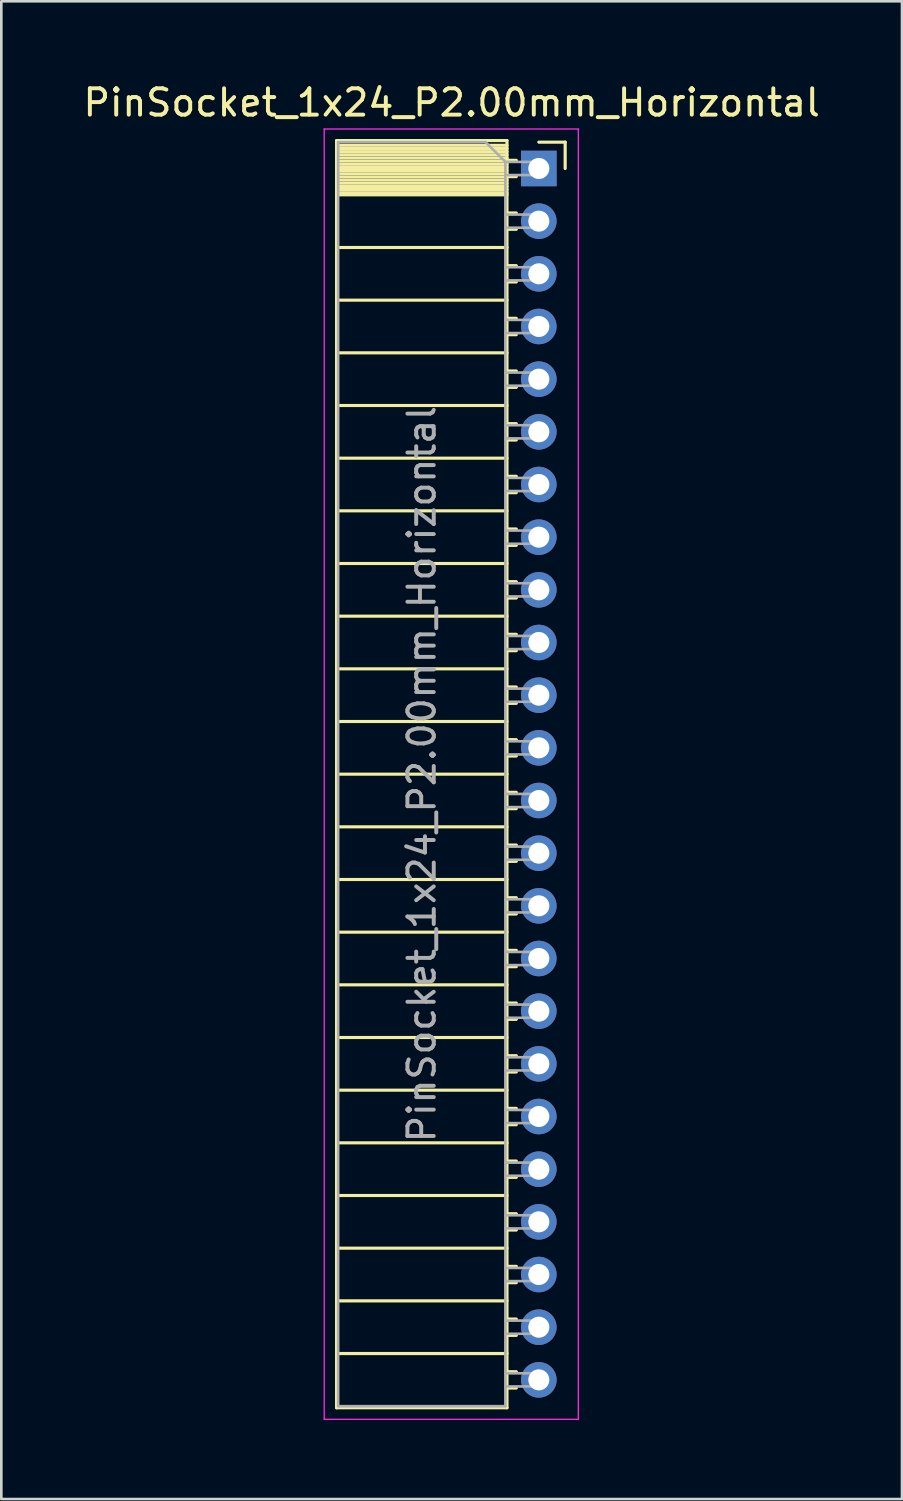
<source format=kicad_pcb>
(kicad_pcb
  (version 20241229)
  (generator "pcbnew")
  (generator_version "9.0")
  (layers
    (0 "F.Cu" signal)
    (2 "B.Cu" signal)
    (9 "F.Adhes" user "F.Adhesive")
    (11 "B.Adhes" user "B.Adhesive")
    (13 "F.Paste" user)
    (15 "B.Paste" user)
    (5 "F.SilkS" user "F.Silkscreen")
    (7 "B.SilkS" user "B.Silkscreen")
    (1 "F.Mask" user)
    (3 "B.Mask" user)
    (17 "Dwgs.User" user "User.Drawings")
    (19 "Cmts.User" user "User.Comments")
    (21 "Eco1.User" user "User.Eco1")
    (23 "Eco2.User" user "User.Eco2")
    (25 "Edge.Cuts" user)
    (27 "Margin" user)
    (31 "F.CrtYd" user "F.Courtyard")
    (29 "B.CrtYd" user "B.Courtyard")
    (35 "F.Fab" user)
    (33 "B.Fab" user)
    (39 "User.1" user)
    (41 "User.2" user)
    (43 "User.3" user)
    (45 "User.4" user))
  (footprint "PinSocket_1x24_P2.00mm_Horizontal"
    (layer "F.Cu")
    (at 17.411 3.348)
    (property "Reference" "PinSocket_1x24_P2.00mm_Horizontal" (at -3.31 -2.5 0) (layer "F.SilkS") (effects (font (size 1 1) (thickness 0.15))))
    (attr through_hole)
    (fp_line (start -7.68 -1.06) (end -1.21 -1.06) (stroke (width 0.12) (type solid)) (layer "F.SilkS"))
    (fp_line (start -7.68 -0.88) (end -1.21 -0.88) (stroke (width 0.12) (type solid)) (layer "F.SilkS"))
    (fp_line (start -7.68 -0.76) (end -1.21 -0.76) (stroke (width 0.12) (type solid)) (layer "F.SilkS"))
    (fp_line (start -7.68 -0.64) (end -1.21 -0.64) (stroke (width 0.12) (type solid)) (layer "F.SilkS"))
    (fp_line (start -7.68 -0.52) (end -1.21 -0.52) (stroke (width 0.12) (type solid)) (layer "F.SilkS"))
    (fp_line (start -7.68 -0.4) (end -1.21 -0.4) (stroke (width 0.12) (type solid)) (layer "F.SilkS"))
    (fp_line (start -7.68 -0.28) (end -1.21 -0.28) (stroke (width 0.12) (type solid)) (layer "F.SilkS"))
    (fp_line (start -7.68 -0.16) (end -1.21 -0.16) (stroke (width 0.12) (type solid)) (layer "F.SilkS"))
    (fp_line (start -7.68 -0.04) (end -1.21 -0.04) (stroke (width 0.12) (type solid)) (layer "F.SilkS"))
    (fp_line (start -7.68 0.08) (end -1.21 0.08) (stroke (width 0.12) (type solid)) (layer "F.SilkS"))
    (fp_line (start -7.68 0.2) (end -1.21 0.2) (stroke (width 0.12) (type solid)) (layer "F.SilkS"))
    (fp_line (start -7.68 0.32) (end -1.21 0.32) (stroke (width 0.12) (type solid)) (layer "F.SilkS"))
    (fp_line (start -7.68 0.44) (end -1.21 0.44) (stroke (width 0.12) (type solid)) (layer "F.SilkS"))
    (fp_line (start -7.68 0.56) (end -1.21 0.56) (stroke (width 0.12) (type solid)) (layer "F.SilkS"))
    (fp_line (start -7.68 0.68) (end -1.21 0.68) (stroke (width 0.12) (type solid)) (layer "F.SilkS"))
    (fp_line (start -7.68 0.8) (end -1.21 0.8) (stroke (width 0.12) (type solid)) (layer "F.SilkS"))
    (fp_line (start -7.68 0.92) (end -1.21 0.92) (stroke (width 0.12) (type solid)) (layer "F.SilkS"))
    (fp_line (start -7.68 1) (end -1.21 1) (stroke (width 0.12) (type solid)) (layer "F.SilkS"))
    (fp_line (start -7.68 3) (end -1.21 3) (stroke (width 0.12) (type solid)) (layer "F.SilkS"))
    (fp_line (start -7.68 5) (end -1.21 5) (stroke (width 0.12) (type solid)) (layer "F.SilkS"))
    (fp_line (start -7.68 7) (end -1.21 7) (stroke (width 0.12) (type solid)) (layer "F.SilkS"))
    (fp_line (start -7.68 9) (end -1.21 9) (stroke (width 0.12) (type solid)) (layer "F.SilkS"))
    (fp_line (start -7.68 11) (end -1.21 11) (stroke (width 0.12) (type solid)) (layer "F.SilkS"))
    (fp_line (start -7.68 13) (end -1.21 13) (stroke (width 0.12) (type solid)) (layer "F.SilkS"))
    (fp_line (start -7.68 15) (end -1.21 15) (stroke (width 0.12) (type solid)) (layer "F.SilkS"))
    (fp_line (start -7.68 17) (end -1.21 17) (stroke (width 0.12) (type solid)) (layer "F.SilkS"))
    (fp_line (start -7.68 19) (end -1.21 19) (stroke (width 0.12) (type solid)) (layer "F.SilkS"))
    (fp_line (start -7.68 21) (end -1.21 21) (stroke (width 0.12) (type solid)) (layer "F.SilkS"))
    (fp_line (start -7.68 23) (end -1.21 23) (stroke (width 0.12) (type solid)) (layer "F.SilkS"))
    (fp_line (start -7.68 25) (end -1.21 25) (stroke (width 0.12) (type solid)) (layer "F.SilkS"))
    (fp_line (start -7.68 27) (end -1.21 27) (stroke (width 0.12) (type solid)) (layer "F.SilkS"))
    (fp_line (start -7.68 29) (end -1.21 29) (stroke (width 0.12) (type solid)) (layer "F.SilkS"))
    (fp_line (start -7.68 31) (end -1.21 31) (stroke (width 0.12) (type solid)) (layer "F.SilkS"))
    (fp_line (start -7.68 33) (end -1.21 33) (stroke (width 0.12) (type solid)) (layer "F.SilkS"))
    (fp_line (start -7.68 35) (end -1.21 35) (stroke (width 0.12) (type solid)) (layer "F.SilkS"))
    (fp_line (start -7.68 37) (end -1.21 37) (stroke (width 0.12) (type solid)) (layer "F.SilkS"))
    (fp_line (start -7.68 39) (end -1.21 39) (stroke (width 0.12) (type solid)) (layer "F.SilkS"))
    (fp_line (start -7.68 41) (end -1.21 41) (stroke (width 0.12) (type solid)) (layer "F.SilkS"))
    (fp_line (start -7.68 43) (end -1.21 43) (stroke (width 0.12) (type solid)) (layer "F.SilkS"))
    (fp_line (start -7.68 45) (end -1.21 45) (stroke (width 0.12) (type solid)) (layer "F.SilkS"))
    (fp_line (start -7.68 47.06) (end -7.68 -1.06) (stroke (width 0.12) (type solid)) (layer "F.SilkS"))
    (fp_line (start -1.21 -1.06) (end -1.21 47.06) (stroke (width 0.12) (type solid)) (layer "F.SilkS"))
    (fp_line (start -1.21 -0.31) (end -0.855 -0.31) (stroke (width 0.12) (type solid)) (layer "F.SilkS"))
    (fp_line (start -1.21 1.69) (end -0.855 1.69) (stroke (width 0.12) (type solid)) (layer "F.SilkS"))
    (fp_line (start -1.21 3.69) (end -0.855 3.69) (stroke (width 0.12) (type solid)) (layer "F.SilkS"))
    (fp_line (start -1.21 5.69) (end -0.855 5.69) (stroke (width 0.12) (type solid)) (layer "F.SilkS"))
    (fp_line (start -1.21 7.69) (end -0.855 7.69) (stroke (width 0.12) (type solid)) (layer "F.SilkS"))
    (fp_line (start -1.21 9.69) (end -0.855 9.69) (stroke (width 0.12) (type solid)) (layer "F.SilkS"))
    (fp_line (start -1.21 11.69) (end -0.855 11.69) (stroke (width 0.12) (type solid)) (layer "F.SilkS"))
    (fp_line (start -1.21 13.69) (end -0.855 13.69) (stroke (width 0.12) (type solid)) (layer "F.SilkS"))
    (fp_line (start -1.21 15.69) (end -0.855 15.69) (stroke (width 0.12) (type solid)) (layer "F.SilkS"))
    (fp_line (start -1.21 17.69) (end -0.855 17.69) (stroke (width 0.12) (type solid)) (layer "F.SilkS"))
    (fp_line (start -1.21 19.69) (end -0.855 19.69) (stroke (width 0.12) (type solid)) (layer "F.SilkS"))
    (fp_line (start -1.21 21.69) (end -0.855 21.69) (stroke (width 0.12) (type solid)) (layer "F.SilkS"))
    (fp_line (start -1.21 23.69) (end -0.855 23.69) (stroke (width 0.12) (type solid)) (layer "F.SilkS"))
    (fp_line (start -1.21 25.69) (end -0.855 25.69) (stroke (width 0.12) (type solid)) (layer "F.SilkS"))
    (fp_line (start -1.21 27.69) (end -0.855 27.69) (stroke (width 0.12) (type solid)) (layer "F.SilkS"))
    (fp_line (start -1.21 29.69) (end -0.855 29.69) (stroke (width 0.12) (type solid)) (layer "F.SilkS"))
    (fp_line (start -1.21 31.69) (end -0.855 31.69) (stroke (width 0.12) (type solid)) (layer "F.SilkS"))
    (fp_line (start -1.21 33.69) (end -0.855 33.69) (stroke (width 0.12) (type solid)) (layer "F.SilkS"))
    (fp_line (start -1.21 35.69) (end -0.855 35.69) (stroke (width 0.12) (type solid)) (layer "F.SilkS"))
    (fp_line (start -1.21 37.69) (end -0.855 37.69) (stroke (width 0.12) (type solid)) (layer "F.SilkS"))
    (fp_line (start -1.21 39.69) (end -0.855 39.69) (stroke (width 0.12) (type solid)) (layer "F.SilkS"))
    (fp_line (start -1.21 41.69) (end -0.855 41.69) (stroke (width 0.12) (type solid)) (layer "F.SilkS"))
    (fp_line (start -1.21 43.69) (end -0.855 43.69) (stroke (width 0.12) (type solid)) (layer "F.SilkS"))
    (fp_line (start -1.21 45.69) (end -0.855 45.69) (stroke (width 0.12) (type solid)) (layer "F.SilkS"))
    (fp_line (start -1.21 47.06) (end -7.68 47.06) (stroke (width 0.12) (type solid)) (layer "F.SilkS"))
    (fp_line (start -0.855 0.31) (end -1.21 0.31) (stroke (width 0.12) (type solid)) (layer "F.SilkS"))
    (fp_line (start -0.855 2.31) (end -1.21 2.31) (stroke (width 0.12) (type solid)) (layer "F.SilkS"))
    (fp_line (start -0.855 4.31) (end -1.21 4.31) (stroke (width 0.12) (type solid)) (layer "F.SilkS"))
    (fp_line (start -0.855 6.31) (end -1.21 6.31) (stroke (width 0.12) (type solid)) (layer "F.SilkS"))
    (fp_line (start -0.855 8.31) (end -1.21 8.31) (stroke (width 0.12) (type solid)) (layer "F.SilkS"))
    (fp_line (start -0.855 10.31) (end -1.21 10.31) (stroke (width 0.12) (type solid)) (layer "F.SilkS"))
    (fp_line (start -0.855 12.31) (end -1.21 12.31) (stroke (width 0.12) (type solid)) (layer "F.SilkS"))
    (fp_line (start -0.855 14.31) (end -1.21 14.31) (stroke (width 0.12) (type solid)) (layer "F.SilkS"))
    (fp_line (start -0.855 16.31) (end -1.21 16.31) (stroke (width 0.12) (type solid)) (layer "F.SilkS"))
    (fp_line (start -0.855 18.31) (end -1.21 18.31) (stroke (width 0.12) (type solid)) (layer "F.SilkS"))
    (fp_line (start -0.855 20.31) (end -1.21 20.31) (stroke (width 0.12) (type solid)) (layer "F.SilkS"))
    (fp_line (start -0.855 22.31) (end -1.21 22.31) (stroke (width 0.12) (type solid)) (layer "F.SilkS"))
    (fp_line (start -0.855 24.31) (end -1.21 24.31) (stroke (width 0.12) (type solid)) (layer "F.SilkS"))
    (fp_line (start -0.855 26.31) (end -1.21 26.31) (stroke (width 0.12) (type solid)) (layer "F.SilkS"))
    (fp_line (start -0.855 28.31) (end -1.21 28.31) (stroke (width 0.12) (type solid)) (layer "F.SilkS"))
    (fp_line (start -0.855 30.31) (end -1.21 30.31) (stroke (width 0.12) (type solid)) (layer "F.SilkS"))
    (fp_line (start -0.855 32.31) (end -1.21 32.31) (stroke (width 0.12) (type solid)) (layer "F.SilkS"))
    (fp_line (start -0.855 34.31) (end -1.21 34.31) (stroke (width 0.12) (type solid)) (layer "F.SilkS"))
    (fp_line (start -0.855 36.31) (end -1.21 36.31) (stroke (width 0.12) (type solid)) (layer "F.SilkS"))
    (fp_line (start -0.855 38.31) (end -1.21 38.31) (stroke (width 0.12) (type solid)) (layer "F.SilkS"))
    (fp_line (start -0.855 40.31) (end -1.21 40.31) (stroke (width 0.12) (type solid)) (layer "F.SilkS"))
    (fp_line (start -0.855 42.31) (end -1.21 42.31) (stroke (width 0.12) (type solid)) (layer "F.SilkS"))
    (fp_line (start -0.855 44.31) (end -1.21 44.31) (stroke (width 0.12) (type solid)) (layer "F.SilkS"))
    (fp_line (start -0.855 46.31) (end -1.21 46.31) (stroke (width 0.12) (type solid)) (layer "F.SilkS"))
    (fp_line (start 0 -1) (end 1 -1) (stroke (width 0.12) (type solid)) (layer "F.SilkS"))
    (fp_line (start 1 -1) (end 1 0) (stroke (width 0.12) (type solid)) (layer "F.SilkS"))
    (fp_line (start -8.15 -1.5) (end -8.15 47.5) (stroke (width 0.05) (type solid)) (layer "F.CrtYd"))
    (fp_line (start -8.15 47.5) (end 1.5 47.5) (stroke (width 0.05) (type solid)) (layer "F.CrtYd"))
    (fp_line (start 1.5 -1.5) (end -8.15 -1.5) (stroke (width 0.05) (type solid)) (layer "F.CrtYd"))
    (fp_line (start 1.5 47.5) (end 1.5 -1.5) (stroke (width 0.05) (type solid)) (layer "F.CrtYd"))
    (fp_line (start -7.62 -1) (end -2.02 -1) (stroke (width 0.1) (type solid)) (layer "F.Fab"))
    (fp_line (start -7.62 47) (end -7.62 -1) (stroke (width 0.1) (type solid)) (layer "F.Fab"))
    (fp_line (start -2.02 -1) (end -1.27 -0.25) (stroke (width 0.1) (type solid)) (layer "F.Fab"))
    (fp_line (start -1.27 -0.25) (end -1.27 47) (stroke (width 0.1) (type solid)) (layer "F.Fab"))
    (fp_line (start -1.27 0.25) (end 0 0.25) (stroke (width 0.1) (type solid)) (layer "F.Fab"))
    (fp_line (start -1.27 2.25) (end 0 2.25) (stroke (width 0.1) (type solid)) (layer "F.Fab"))
    (fp_line (start -1.27 4.25) (end 0 4.25) (stroke (width 0.1) (type solid)) (layer "F.Fab"))
    (fp_line (start -1.27 6.25) (end 0 6.25) (stroke (width 0.1) (type solid)) (layer "F.Fab"))
    (fp_line (start -1.27 8.25) (end 0 8.25) (stroke (width 0.1) (type solid)) (layer "F.Fab"))
    (fp_line (start -1.27 10.25) (end 0 10.25) (stroke (width 0.1) (type solid)) (layer "F.Fab"))
    (fp_line (start -1.27 12.25) (end 0 12.25) (stroke (width 0.1) (type solid)) (layer "F.Fab"))
    (fp_line (start -1.27 14.25) (end 0 14.25) (stroke (width 0.1) (type solid)) (layer "F.Fab"))
    (fp_line (start -1.27 16.25) (end 0 16.25) (stroke (width 0.1) (type solid)) (layer "F.Fab"))
    (fp_line (start -1.27 18.25) (end 0 18.25) (stroke (width 0.1) (type solid)) (layer "F.Fab"))
    (fp_line (start -1.27 20.25) (end 0 20.25) (stroke (width 0.1) (type solid)) (layer "F.Fab"))
    (fp_line (start -1.27 22.25) (end 0 22.25) (stroke (width 0.1) (type solid)) (layer "F.Fab"))
    (fp_line (start -1.27 24.25) (end 0 24.25) (stroke (width 0.1) (type solid)) (layer "F.Fab"))
    (fp_line (start -1.27 26.25) (end 0 26.25) (stroke (width 0.1) (type solid)) (layer "F.Fab"))
    (fp_line (start -1.27 28.25) (end 0 28.25) (stroke (width 0.1) (type solid)) (layer "F.Fab"))
    (fp_line (start -1.27 30.25) (end 0 30.25) (stroke (width 0.1) (type solid)) (layer "F.Fab"))
    (fp_line (start -1.27 32.25) (end 0 32.25) (stroke (width 0.1) (type solid)) (layer "F.Fab"))
    (fp_line (start -1.27 34.25) (end 0 34.25) (stroke (width 0.1) (type solid)) (layer "F.Fab"))
    (fp_line (start -1.27 36.25) (end 0 36.25) (stroke (width 0.1) (type solid)) (layer "F.Fab"))
    (fp_line (start -1.27 38.25) (end 0 38.25) (stroke (width 0.1) (type solid)) (layer "F.Fab"))
    (fp_line (start -1.27 40.25) (end 0 40.25) (stroke (width 0.1) (type solid)) (layer "F.Fab"))
    (fp_line (start -1.27 42.25) (end 0 42.25) (stroke (width 0.1) (type solid)) (layer "F.Fab"))
    (fp_line (start -1.27 44.25) (end 0 44.25) (stroke (width 0.1) (type solid)) (layer "F.Fab"))
    (fp_line (start -1.27 46.25) (end 0 46.25) (stroke (width 0.1) (type solid)) (layer "F.Fab"))
    (fp_line (start -1.27 47) (end -7.62 47) (stroke (width 0.1) (type solid)) (layer "F.Fab"))
    (fp_line (start 0 -0.25) (end -1.27 -0.25) (stroke (width 0.1) (type solid)) (layer "F.Fab"))
    (fp_line (start 0 0.25) (end 0 -0.25) (stroke (width 0.1) (type solid)) (layer "F.Fab"))
    (fp_line (start 0 1.75) (end -1.27 1.75) (stroke (width 0.1) (type solid)) (layer "F.Fab"))
    (fp_line (start 0 2.25) (end 0 1.75) (stroke (width 0.1) (type solid)) (layer "F.Fab"))
    (fp_line (start 0 3.75) (end -1.27 3.75) (stroke (width 0.1) (type solid)) (layer "F.Fab"))
    (fp_line (start 0 4.25) (end 0 3.75) (stroke (width 0.1) (type solid)) (layer "F.Fab"))
    (fp_line (start 0 5.75) (end -1.27 5.75) (stroke (width 0.1) (type solid)) (layer "F.Fab"))
    (fp_line (start 0 6.25) (end 0 5.75) (stroke (width 0.1) (type solid)) (layer "F.Fab"))
    (fp_line (start 0 7.75) (end -1.27 7.75) (stroke (width 0.1) (type solid)) (layer "F.Fab"))
    (fp_line (start 0 8.25) (end 0 7.75) (stroke (width 0.1) (type solid)) (layer "F.Fab"))
    (fp_line (start 0 9.75) (end -1.27 9.75) (stroke (width 0.1) (type solid)) (layer "F.Fab"))
    (fp_line (start 0 10.25) (end 0 9.75) (stroke (width 0.1) (type solid)) (layer "F.Fab"))
    (fp_line (start 0 11.75) (end -1.27 11.75) (stroke (width 0.1) (type solid)) (layer "F.Fab"))
    (fp_line (start 0 12.25) (end 0 11.75) (stroke (width 0.1) (type solid)) (layer "F.Fab"))
    (fp_line (start 0 13.75) (end -1.27 13.75) (stroke (width 0.1) (type solid)) (layer "F.Fab"))
    (fp_line (start 0 14.25) (end 0 13.75) (stroke (width 0.1) (type solid)) (layer "F.Fab"))
    (fp_line (start 0 15.75) (end -1.27 15.75) (stroke (width 0.1) (type solid)) (layer "F.Fab"))
    (fp_line (start 0 16.25) (end 0 15.75) (stroke (width 0.1) (type solid)) (layer "F.Fab"))
    (fp_line (start 0 17.75) (end -1.27 17.75) (stroke (width 0.1) (type solid)) (layer "F.Fab"))
    (fp_line (start 0 18.25) (end 0 17.75) (stroke (width 0.1) (type solid)) (layer "F.Fab"))
    (fp_line (start 0 19.75) (end -1.27 19.75) (stroke (width 0.1) (type solid)) (layer "F.Fab"))
    (fp_line (start 0 20.25) (end 0 19.75) (stroke (width 0.1) (type solid)) (layer "F.Fab"))
    (fp_line (start 0 21.75) (end -1.27 21.75) (stroke (width 0.1) (type solid)) (layer "F.Fab"))
    (fp_line (start 0 22.25) (end 0 21.75) (stroke (width 0.1) (type solid)) (layer "F.Fab"))
    (fp_line (start 0 23.75) (end -1.27 23.75) (stroke (width 0.1) (type solid)) (layer "F.Fab"))
    (fp_line (start 0 24.25) (end 0 23.75) (stroke (width 0.1) (type solid)) (layer "F.Fab"))
    (fp_line (start 0 25.75) (end -1.27 25.75) (stroke (width 0.1) (type solid)) (layer "F.Fab"))
    (fp_line (start 0 26.25) (end 0 25.75) (stroke (width 0.1) (type solid)) (layer "F.Fab"))
    (fp_line (start 0 27.75) (end -1.27 27.75) (stroke (width 0.1) (type solid)) (layer "F.Fab"))
    (fp_line (start 0 28.25) (end 0 27.75) (stroke (width 0.1) (type solid)) (layer "F.Fab"))
    (fp_line (start 0 29.75) (end -1.27 29.75) (stroke (width 0.1) (type solid)) (layer "F.Fab"))
    (fp_line (start 0 30.25) (end 0 29.75) (stroke (width 0.1) (type solid)) (layer "F.Fab"))
    (fp_line (start 0 31.75) (end -1.27 31.75) (stroke (width 0.1) (type solid)) (layer "F.Fab"))
    (fp_line (start 0 32.25) (end 0 31.75) (stroke (width 0.1) (type solid)) (layer "F.Fab"))
    (fp_line (start 0 33.75) (end -1.27 33.75) (stroke (width 0.1) (type solid)) (layer "F.Fab"))
    (fp_line (start 0 34.25) (end 0 33.75) (stroke (width 0.1) (type solid)) (layer "F.Fab"))
    (fp_line (start 0 35.75) (end -1.27 35.75) (stroke (width 0.1) (type solid)) (layer "F.Fab"))
    (fp_line (start 0 36.25) (end 0 35.75) (stroke (width 0.1) (type solid)) (layer "F.Fab"))
    (fp_line (start 0 37.75) (end -1.27 37.75) (stroke (width 0.1) (type solid)) (layer "F.Fab"))
    (fp_line (start 0 38.25) (end 0 37.75) (stroke (width 0.1) (type solid)) (layer "F.Fab"))
    (fp_line (start 0 39.75) (end -1.27 39.75) (stroke (width 0.1) (type solid)) (layer "F.Fab"))
    (fp_line (start 0 40.25) (end 0 39.75) (stroke (width 0.1) (type solid)) (layer "F.Fab"))
    (fp_line (start 0 41.75) (end -1.27 41.75) (stroke (width 0.1) (type solid)) (layer "F.Fab"))
    (fp_line (start 0 42.25) (end 0 41.75) (stroke (width 0.1) (type solid)) (layer "F.Fab"))
    (fp_line (start 0 43.75) (end -1.27 43.75) (stroke (width 0.1) (type solid)) (layer "F.Fab"))
    (fp_line (start 0 44.25) (end 0 43.75) (stroke (width 0.1) (type solid)) (layer "F.Fab"))
    (fp_line (start 0 45.75) (end -1.27 45.75) (stroke (width 0.1) (type solid)) (layer "F.Fab"))
    (fp_line (start 0 46.25) (end 0 45.75) (stroke (width 0.1) (type solid)) (layer "F.Fab"))
    (fp_text user "${REFERENCE}" (at -4.445 23 90) (layer "F.Fab") (effects (font (size 1 1) (thickness 0.15))))
    (pad "1" thru_hole rect (at 0 0) (size 1.35 1.35) (drill 0.8) (layers "*.Cu" "*.Mask"))
    (pad "2" thru_hole oval (at 0 2) (size 1.35 1.35) (drill 0.8) (layers "*.Cu" "*.Mask"))
    (pad "3" thru_hole oval (at 0 4) (size 1.35 1.35) (drill 0.8) (layers "*.Cu" "*.Mask"))
    (pad "4" thru_hole oval (at 0 6) (size 1.35 1.35) (drill 0.8) (layers "*.Cu" "*.Mask"))
    (pad "5" thru_hole oval (at 0 8) (size 1.35 1.35) (drill 0.8) (layers "*.Cu" "*.Mask"))
    (pad "6" thru_hole oval (at 0 10) (size 1.35 1.35) (drill 0.8) (layers "*.Cu" "*.Mask"))
    (pad "7" thru_hole oval (at 0 12) (size 1.35 1.35) (drill 0.8) (layers "*.Cu" "*.Mask"))
    (pad "8" thru_hole oval (at 0 14) (size 1.35 1.35) (drill 0.8) (layers "*.Cu" "*.Mask"))
    (pad "9" thru_hole oval (at 0 16) (size 1.35 1.35) (drill 0.8) (layers "*.Cu" "*.Mask"))
    (pad "10" thru_hole oval (at 0 18) (size 1.35 1.35) (drill 0.8) (layers "*.Cu" "*.Mask"))
    (pad "11" thru_hole oval (at 0 20) (size 1.35 1.35) (drill 0.8) (layers "*.Cu" "*.Mask"))
    (pad "12" thru_hole oval (at 0 22) (size 1.35 1.35) (drill 0.8) (layers "*.Cu" "*.Mask"))
    (pad "13" thru_hole oval (at 0 24) (size 1.35 1.35) (drill 0.8) (layers "*.Cu" "*.Mask"))
    (pad "14" thru_hole oval (at 0 26) (size 1.35 1.35) (drill 0.8) (layers "*.Cu" "*.Mask"))
    (pad "15" thru_hole oval (at 0 28) (size 1.35 1.35) (drill 0.8) (layers "*.Cu" "*.Mask"))
    (pad "16" thru_hole oval (at 0 30) (size 1.35 1.35) (drill 0.8) (layers "*.Cu" "*.Mask"))
    (pad "17" thru_hole oval (at 0 32) (size 1.35 1.35) (drill 0.8) (layers "*.Cu" "*.Mask"))
    (pad "18" thru_hole oval (at 0 34) (size 1.35 1.35) (drill 0.8) (layers "*.Cu" "*.Mask"))
    (pad "19" thru_hole oval (at 0 36) (size 1.35 1.35) (drill 0.8) (layers "*.Cu" "*.Mask"))
    (pad "20" thru_hole oval (at 0 38) (size 1.35 1.35) (drill 0.8) (layers "*.Cu" "*.Mask"))
    (pad "21" thru_hole oval (at 0 40) (size 1.35 1.35) (drill 0.8) (layers "*.Cu" "*.Mask"))
    (pad "22" thru_hole oval (at 0 42) (size 1.35 1.35) (drill 0.8) (layers "*.Cu" "*.Mask"))
    (pad "23" thru_hole oval (at 0 44) (size 1.35 1.35) (drill 0.8) (layers "*.Cu" "*.Mask"))
    (pad "24" thru_hole oval (at 0 46) (size 1.35 1.35) (drill 0.8) (layers "*.Cu" "*.Mask")))
  (gr_rect
    (start -3 -3)
    (end 31.202 53.873)
    (stroke (width 0.1) (type default))
    (fill no)
    (layer "Edge.Cuts")))
</source>
